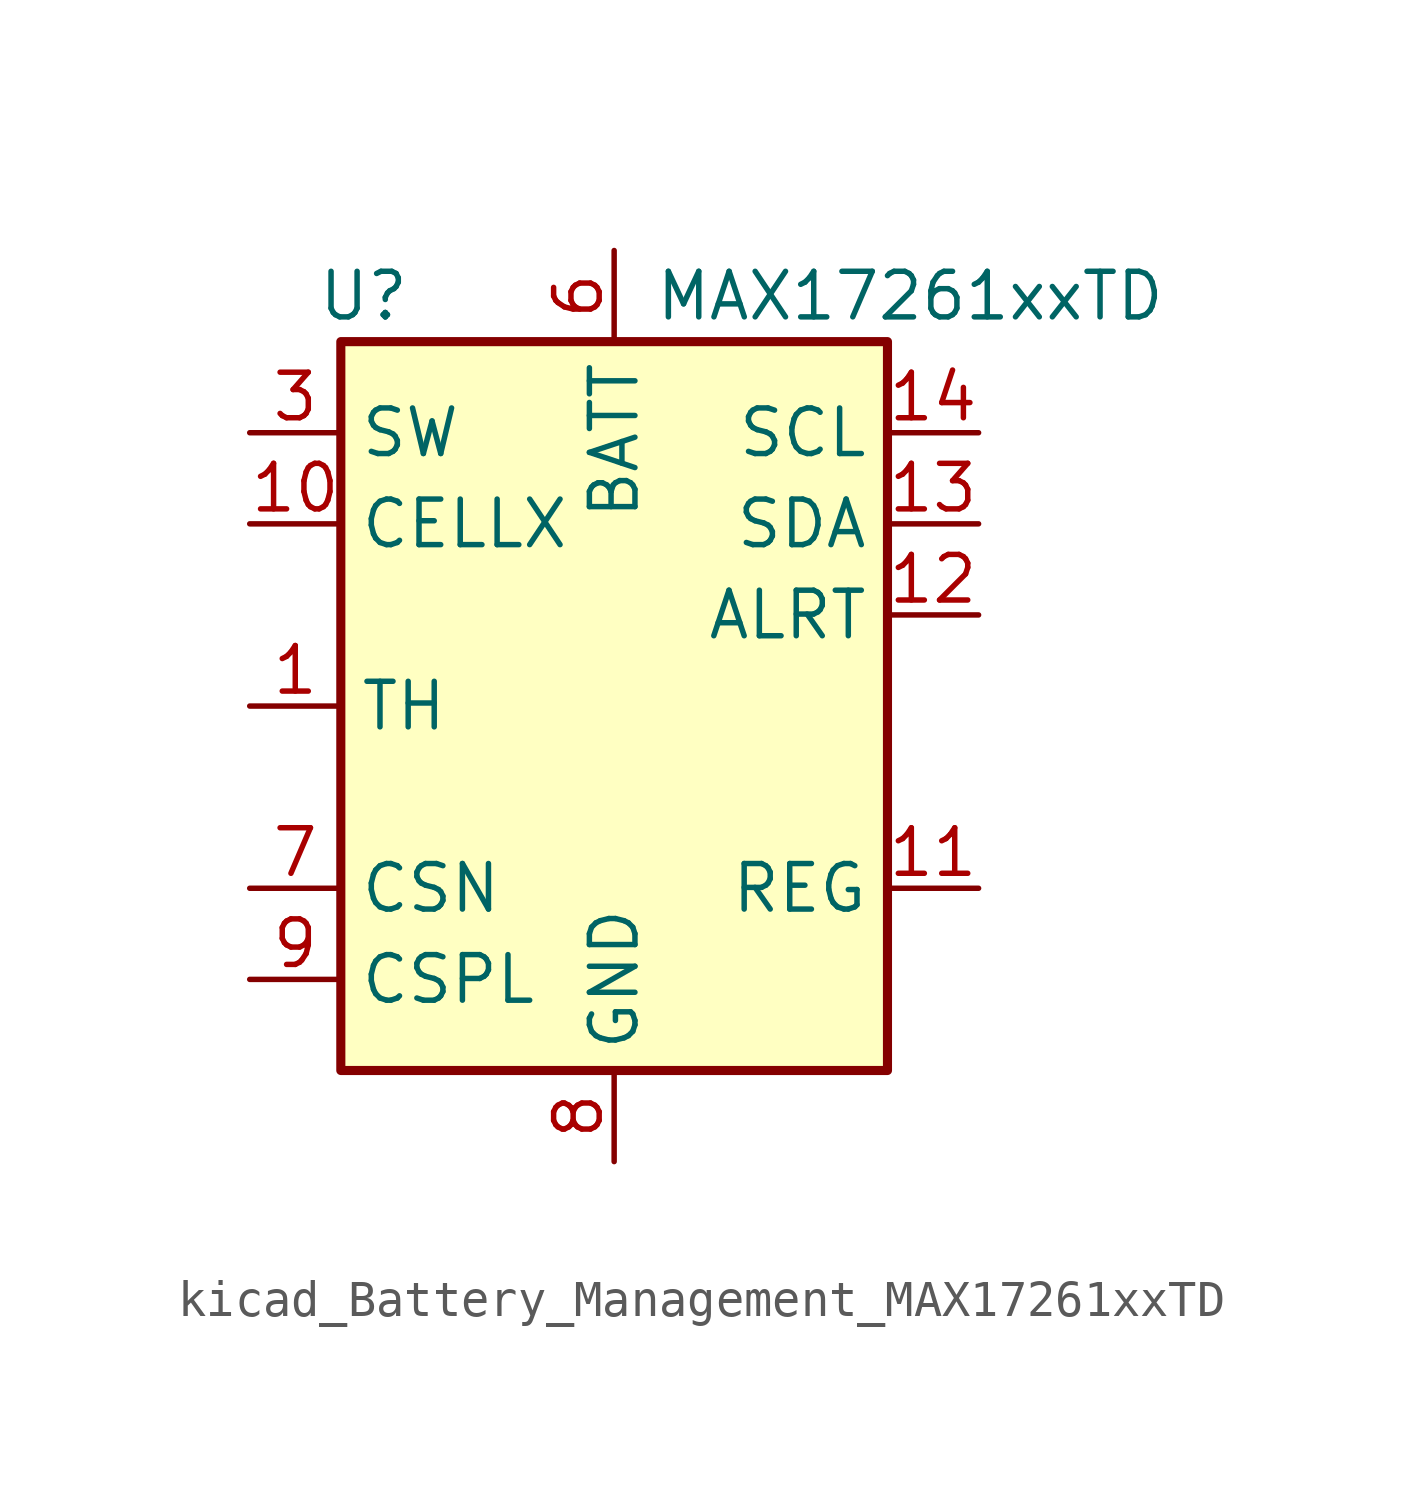
<source format=kicad_sym>
(kicad_symbol_lib
  (version 20220914)
  (generator kicad_symbol_editor)
  (symbol "kicad_Battery_Management_MAX17261xxTD"
    (property "Reference" "U"
      (at -6.985 11.43 0)
      (effects (font (size 1.27 1.27))))
    (property "Value" "MAX17261xxTD"
      (at 8.255 11.43 0)
      (effects (font (size 1.27 1.27))))
    (symbol "kicad_Battery_Management_MAX17261xxTD_0_1"
      (rectangle (start -7.62 10.16) (end 7.62 -10.16) (stroke (width 0.254) (type default)) (fill (type background))))
    (symbol "kicad_Battery_Management_MAX17261xxTD_1_1"
      (pin passive line (at -10.16 0 0) (length 2.54) (name "TH" (effects (font (size 1.27 1.27)))) (number "1" (effects (font (size 1.27 1.27)))))
      (pin input line (at -10.16 5.08 0) (length 2.54) (name "CELLX" (effects (font (size 1.27 1.27)))) (number "10" (effects (font (size 1.27 1.27)))))
      (pin power_out line (at 10.16 -5.08 180) (length 2.54) (name "REG" (effects (font (size 1.27 1.27)))) (number "11" (effects (font (size 1.27 1.27)))))
      (pin open_collector line (at 10.16 2.54 180) (length 2.54) (name "ALRT" (effects (font (size 1.27 1.27)))) (number "12" (effects (font (size 1.27 1.27)))))
      (pin bidirectional line (at 10.16 5.08 180) (length 2.54) (name "SDA" (effects (font (size 1.27 1.27)))) (number "13" (effects (font (size 1.27 1.27)))))
      (pin input line (at 10.16 7.62 180) (length 2.54) (name "SCL" (effects (font (size 1.27 1.27)))) (number "14" (effects (font (size 1.27 1.27)))))
      (pin passive line (at 0 -12.7 90) (length 2.54) hide (name "GND" (effects (font (size 1.27 1.27)))) (number "15" (effects (font (size 1.27 1.27)))))
      (pin no_connect line (at 2.54 -10.16 90) (length 2.54) hide (name "NC" (effects (font (size 1.27 1.27)))) (number "2" (effects (font (size 1.27 1.27)))))
      (pin output line (at -10.16 7.62 0) (length 2.54) (name "SW" (effects (font (size 1.27 1.27)))) (number "3" (effects (font (size 1.27 1.27)))))
      (pin no_connect line (at -2.54 -10.16 90) (length 2.54) hide (name "NC" (effects (font (size 1.27 1.27)))) (number "4" (effects (font (size 1.27 1.27)))))
      (pin no_connect line (at 5.08 -10.16 90) (length 2.54) hide (name "NC" (effects (font (size 1.27 1.27)))) (number "5" (effects (font (size 1.27 1.27)))))
      (pin power_in line (at 0 12.7 270) (length 2.54) (name "BATT" (effects (font (size 1.27 1.27)))) (number "6" (effects (font (size 1.27 1.27)))))
      (pin passive line (at -10.16 -5.08 0) (length 2.54) (name "CSN" (effects (font (size 1.27 1.27)))) (number "7" (effects (font (size 1.27 1.27)))))
      (pin power_in line (at 0 -12.7 90) (length 2.54) (name "GND" (effects (font (size 1.27 1.27)))) (number "8" (effects (font (size 1.27 1.27)))))
      (pin passive line (at -10.16 -7.62 0) (length 2.54) (name "CSPL" (effects (font (size 1.27 1.27)))) (number "9" (effects (font (size 1.27 1.27))))))))
</source>
